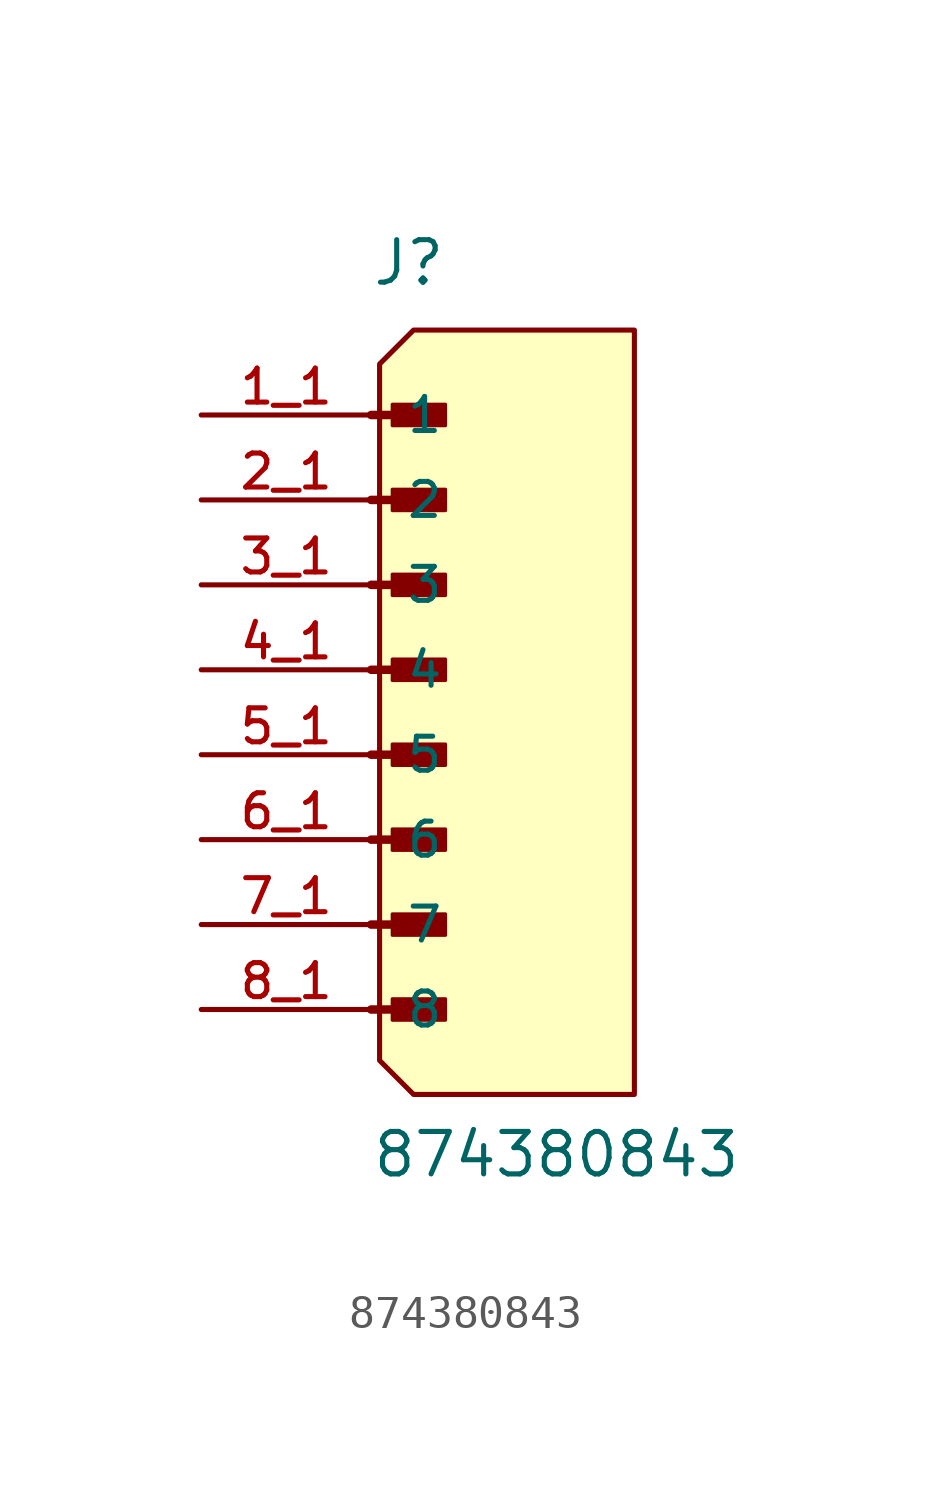
<source format=kicad_sym>
(kicad_symbol_lib
  (version 20241209)
  (generator "kicad_symbol_editor")
  (generator_version "9.0")
  (symbol "874380843"
    (pin_names
      (offset 1.016))
    (property "Reference" "J"
      (at 0 11.43 0)
      (effects (font (size 1.27 1.27)) (justify left bottom)))
    (property "Value" "874380843"
      (at 0 -15.24 0)
      (effects (font (size 1.27 1.27)) (justify left bottom)))
    (symbol "874380843_0_0"
      (polyline (pts (xy 0 7.62) (xy 1.905 7.62)) (stroke (width 0.254) (type default)) (fill (type none)))
      (polyline (pts (xy 0 5.08) (xy 1.905 5.08)) (stroke (width 0.254) (type default)) (fill (type none)))
      (polyline (pts (xy 0 2.54) (xy 1.905 2.54)) (stroke (width 0.254) (type default)) (fill (type none)))
      (polyline (pts (xy 0 0) (xy 1.905 0)) (stroke (width 0.254) (type default)) (fill (type none)))
      (polyline (pts (xy 0 -2.54) (xy 1.905 -2.54)) (stroke (width 0.254) (type default)) (fill (type none)))
      (polyline (pts (xy 0 -5.08) (xy 1.905 -5.08)) (stroke (width 0.254) (type default)) (fill (type none)))
      (polyline (pts (xy 0 -7.62) (xy 1.905 -7.62)) (stroke (width 0.254) (type default)) (fill (type none)))
      (polyline (pts (xy 0 -10.16) (xy 1.905 -10.16)) (stroke (width 0.254) (type default)) (fill (type none)))
      (rectangle (start 0.635 7.303) (end 2.223 7.938) (stroke (width 0.1) (type default)) (fill (type outline)))
      (rectangle (start 0.635 4.763) (end 2.223 5.397) (stroke (width 0.1) (type default)) (fill (type outline)))
      (rectangle (start 0.635 2.223) (end 2.223 2.857) (stroke (width 0.1) (type default)) (fill (type outline)))
      (rectangle (start 0.635 -0.318) (end 2.223 0.318) (stroke (width 0.1) (type default)) (fill (type outline)))
      (rectangle (start 0.635 -2.857) (end 2.223 -2.223) (stroke (width 0.1) (type default)) (fill (type outline)))
      (rectangle (start 0.635 -5.397) (end 2.223 -4.763) (stroke (width 0.1) (type default)) (fill (type outline)))
      (rectangle (start 0.635 -7.938) (end 2.223 -7.303) (stroke (width 0.1) (type default)) (fill (type outline)))
      (rectangle (start 0.635 -10.477) (end 2.223 -9.842) (stroke (width 0.1) (type default)) (fill (type outline)))
      (pin passive line (at -5.08 7.62 0) (length 5.08) (name "1" (effects (font (size 1.016 1.016)))) (number "1_1" (effects (font (size 1.016 1.016)))))
      (pin passive line (at -5.08 7.62 0) (length 5.08) (hide yes) (name "1" (effects (font (size 1.016 1.016)))) (number "1_2" (effects (font (size 1.016 1.016)))))
      (pin passive line (at -5.08 5.08 0) (length 5.08) (name "2" (effects (font (size 1.016 1.016)))) (number "2_1" (effects (font (size 1.016 1.016)))))
      (pin passive line (at -5.08 5.08 0) (length 5.08) (hide yes) (name "2" (effects (font (size 1.016 1.016)))) (number "2_2" (effects (font (size 1.016 1.016)))))
      (pin passive line (at -5.08 2.54 0) (length 5.08) (name "3" (effects (font (size 1.016 1.016)))) (number "3_1" (effects (font (size 1.016 1.016)))))
      (pin passive line (at -5.08 2.54 0) (length 5.08) (hide yes) (name "3" (effects (font (size 1.016 1.016)))) (number "3_2" (effects (font (size 1.016 1.016)))))
      (pin passive line (at -5.08 0 0) (length 5.08) (name "4" (effects (font (size 1.016 1.016)))) (number "4_1" (effects (font (size 1.016 1.016)))))
      (pin passive line (at -5.08 0 0) (length 5.08) (hide yes) (name "4" (effects (font (size 1.016 1.016)))) (number "4_2" (effects (font (size 1.016 1.016)))))
      (pin passive line (at -5.08 -2.54 0) (length 5.08) (name "5" (effects (font (size 1.016 1.016)))) (number "5_1" (effects (font (size 1.016 1.016)))))
      (pin passive line (at -5.08 -2.54 0) (length 5.08) (hide yes) (name "5" (effects (font (size 1.016 1.016)))) (number "5_2" (effects (font (size 1.016 1.016)))))
      (pin passive line (at -5.08 -5.08 0) (length 5.08) (name "6" (effects (font (size 1.016 1.016)))) (number "6_1" (effects (font (size 1.016 1.016)))))
      (pin passive line (at -5.08 -5.08 0) (length 5.08) (hide yes) (name "6" (effects (font (size 1.016 1.016)))) (number "6_2" (effects (font (size 1.016 1.016)))))
      (pin passive line (at -5.08 -7.62 0) (length 5.08) (name "7" (effects (font (size 1.016 1.016)))) (number "7_1" (effects (font (size 1.016 1.016)))))
      (pin passive line (at -5.08 -7.62 0) (length 5.08) (hide yes) (name "7" (effects (font (size 1.016 1.016)))) (number "7_2" (effects (font (size 1.016 1.016)))))
      (pin passive line (at -5.08 -10.16 0) (length 5.08) (name "8" (effects (font (size 1.016 1.016)))) (number "8_1" (effects (font (size 1.016 1.016)))))
      (pin passive line (at -5.08 -10.16 0) (length 5.08) (hide yes) (name "8" (effects (font (size 1.016 1.016)))) (number "8_2" (effects (font (size 1.016 1.016))))))
    (symbol "874380843_1_1"
      (polyline (pts (xy 7.874 10.16) (xy 1.27 10.16) (xy 0.254 9.144) (xy 0.254 -11.684) (xy 1.27 -12.7) (xy 7.874 -12.7) (xy 7.874 10.16)) (stroke (width 0) (type solid)) (fill (type color) (color 255 255 194 1))))))
</source>
